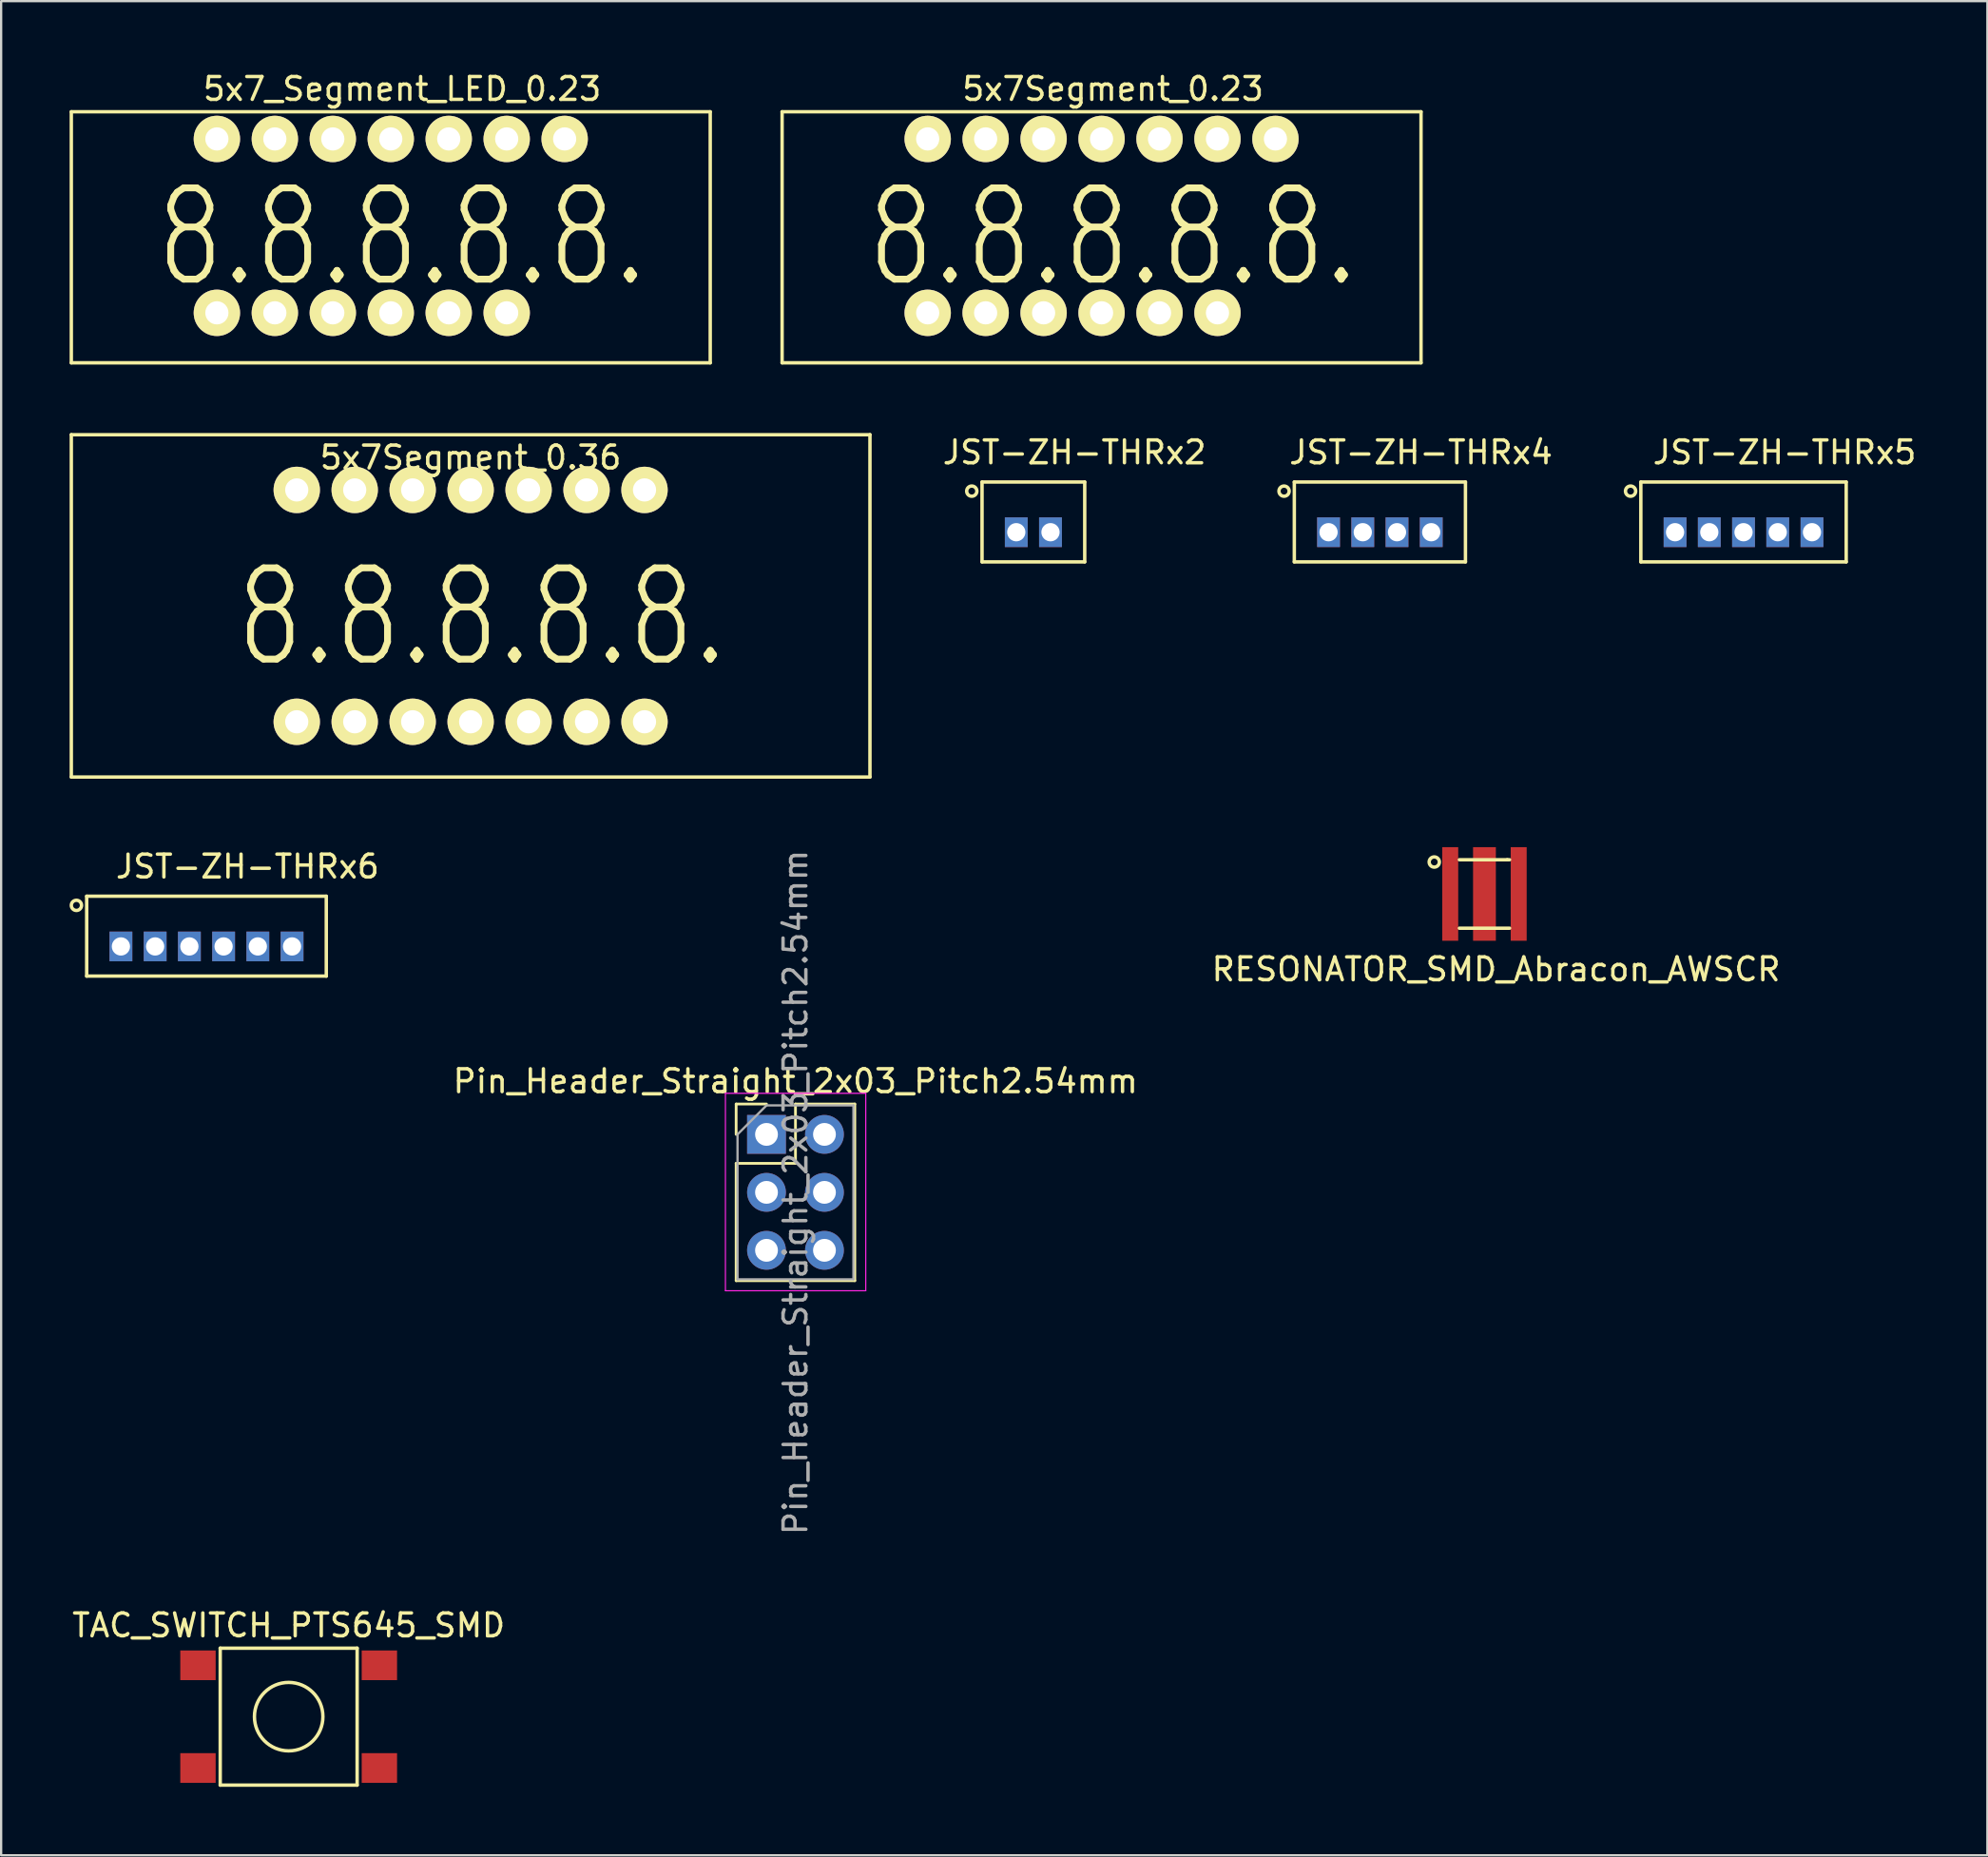
<source format=kicad_pcb>
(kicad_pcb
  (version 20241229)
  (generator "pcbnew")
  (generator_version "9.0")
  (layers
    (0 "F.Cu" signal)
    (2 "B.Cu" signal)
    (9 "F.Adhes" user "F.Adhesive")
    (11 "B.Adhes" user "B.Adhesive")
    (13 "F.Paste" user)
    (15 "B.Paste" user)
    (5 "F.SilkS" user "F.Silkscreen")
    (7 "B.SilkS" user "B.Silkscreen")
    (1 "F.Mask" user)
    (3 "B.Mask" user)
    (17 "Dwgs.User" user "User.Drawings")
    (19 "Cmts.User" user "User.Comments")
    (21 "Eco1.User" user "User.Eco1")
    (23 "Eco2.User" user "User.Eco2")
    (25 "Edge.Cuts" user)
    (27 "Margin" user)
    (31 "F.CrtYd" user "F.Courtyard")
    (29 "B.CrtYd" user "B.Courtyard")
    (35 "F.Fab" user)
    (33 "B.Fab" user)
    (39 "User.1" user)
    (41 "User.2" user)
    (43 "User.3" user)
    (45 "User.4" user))
  (footprint "JST-ZH-THRx5"
    (layer "F.Cu")
    (at 73.358 20.271)
    (property "Reference" "JST-ZH-THRx5" (at 1.8 -3.5 0) (layer "F.SilkS") (effects (font (size 1 1) (thickness 0.15))))
    (attr through_hole)
    (fp_line (start -4.5 -2.2) (end -4.5 1.3) (stroke (width 0.15) (type solid)) (layer "F.SilkS"))
    (fp_line (start -4.5 1.3) (end 4.5 1.3) (stroke (width 0.15) (type solid)) (layer "F.SilkS"))
    (fp_line (start 4.5 -2.2) (end -4.5 -2.2) (stroke (width 0.15) (type solid)) (layer "F.SilkS"))
    (fp_line (start 4.5 -2.2) (end 4.5 1.3) (stroke (width 0.15) (type solid)) (layer "F.SilkS"))
    (fp_circle (center -4.95 -1.8) (end -4.75 -1.7) (stroke (width 0.15) (type solid)) (fill no) (layer "F.SilkS"))
    (pad "1" thru_hole rect (at -3 0) (size 1 1.3) (drill 0.8) (layers "*.Cu" "*.Mask"))
    (pad "2" thru_hole rect (at -1.5 0) (size 1 1.3) (drill 0.8) (layers "*.Cu" "*.Mask"))
    (pad "3" thru_hole rect (at 0 0) (size 1 1.3) (drill 0.8) (layers "*.Cu" "*.Mask"))
    (pad "4" thru_hole rect (at 1.5 0) (size 1 1.3) (drill 0.8) (layers "*.Cu" "*.Mask"))
    (pad "5" thru_hole rect (at 3 0) (size 1 1.3) (drill 0.8) (layers "*.Cu" "*.Mask")))
  (footprint "5x7Segment_0.36"
    (layer "F.Cu")
    (at 17.575 23.498)
    (property "Reference" "5x7Segment_0.36" (at 0 -6.5 0) (layer "F.SilkS") (effects (font (size 1 1) (thickness 0.15))))
    (attr through_hole)
    (fp_line (start -17.5 -7.5) (end -17.5 7.5) (stroke (width 0.15) (type solid)) (layer "F.SilkS"))
    (fp_line (start -17.5 7.5) (end 17.5 7.5) (stroke (width 0.15) (type solid)) (layer "F.SilkS"))
    (fp_line (start 17.5 -7.5) (end -17.5 -7.5) (stroke (width 0.15) (type solid)) (layer "F.SilkS"))
    (fp_line (start 17.5 7.5) (end 17.5 -7.5) (stroke (width 0.15) (type solid)) (layer "F.SilkS"))
    (fp_text user "8.8.8.8.8." (at 0.5 0.5 0) (layer "F.SilkS") (effects (font (size 4 3) (thickness 0.3))))
    (pad "1" thru_hole oval (at -7.62 -5.08) (size 2.032 2.032) (drill 1.016) (layers "*.Cu" "*.Mask" "F.SilkS"))
    (pad "2" thru_hole oval (at -5.08 -5.08) (size 2.032 2.032) (drill 1.016) (layers "*.Cu" "*.Mask" "F.SilkS"))
    (pad "3" thru_hole oval (at -2.54 -5.08) (size 2.032 2.032) (drill 1.016) (layers "*.Cu" "*.Mask" "F.SilkS"))
    (pad "4" thru_hole oval (at 0 -5.08) (size 2.032 2.032) (drill 1.016) (layers "*.Cu" "*.Mask" "F.SilkS"))
    (pad "5" thru_hole oval (at 2.54 -5.08) (size 2.032 2.032) (drill 1.016) (layers "*.Cu" "*.Mask" "F.SilkS"))
    (pad "6" thru_hole oval (at 5.08 -5.08) (size 2.032 2.032) (drill 1.016) (layers "*.Cu" "*.Mask" "F.SilkS"))
    (pad "7" thru_hole oval (at 7.62 -5.08) (size 2.032 2.032) (drill 1.016) (layers "*.Cu" "*.Mask" "F.SilkS"))
    (pad "8" thru_hole oval (at -7.62 5.08) (size 2.032 2.032) (drill 1.016) (layers "*.Cu" "*.Mask" "F.SilkS"))
    (pad "9" thru_hole oval (at -5.08 5.08) (size 2.032 2.032) (drill 1.016) (layers "*.Cu" "*.Mask" "F.SilkS"))
    (pad "10" thru_hole oval (at -2.54 5.08) (size 2.032 2.032) (drill 1.016) (layers "*.Cu" "*.Mask" "F.SilkS"))
    (pad "11" thru_hole oval (at 0 5.08) (size 2.032 2.032) (drill 1.016) (layers "*.Cu" "*.Mask" "F.SilkS"))
    (pad "12" thru_hole oval (at 2.54 5.08) (size 2.032 2.032) (drill 1.016) (layers "*.Cu" "*.Mask" "F.SilkS"))
    (pad "13" thru_hole oval (at 5.08 5.08) (size 2.032 2.032) (drill 1.016) (layers "*.Cu" "*.Mask" "F.SilkS"))
    (pad "14" thru_hole oval (at 7.62 5.08) (size 2.032 2.032) (drill 1.016) (layers "*.Cu" "*.Mask" "F.SilkS")))
  (footprint "TAC_SWITCH_PTS645_SMD"
    (layer "F.Cu")
    (at 9.601 72.172)
    (property "Reference" "TAC_SWITCH_PTS645_SMD" (at 0 -4 0) (layer "F.SilkS") (effects (font (size 1 1) (thickness 0.15))))
    (attr through_hole)
    (fp_line (start -3 -3) (end 3 -3) (stroke (width 0.15) (type solid)) (layer "F.SilkS"))
    (fp_line (start -3 3) (end -3 -3) (stroke (width 0.15) (type solid)) (layer "F.SilkS"))
    (fp_line (start 3 -3) (end 3 3) (stroke (width 0.15) (type solid)) (layer "F.SilkS"))
    (fp_line (start 3 3) (end -3 3) (stroke (width 0.15) (type solid)) (layer "F.SilkS"))
    (fp_circle (center 0 0) (end 1.5 0) (stroke (width 0.15) (type solid)) (fill no) (layer "F.SilkS"))
    (pad "1" smd rect (at -3.975 -2.25) (size 1.55 1.3) (layers "F.Cu" "F.Mask" "F.Paste"))
    (pad "2" smd rect (at 3.975 -2.25) (size 1.55 1.3) (layers "F.Cu" "F.Mask" "F.Paste"))
    (pad "3" smd rect (at -3.975 2.25) (size 1.55 1.3) (layers "F.Cu" "F.Mask" "F.Paste"))
    (pad "4" smd rect (at 3.975 2.25) (size 1.55 1.3) (layers "F.Cu" "F.Mask" "F.Paste")))
  (footprint "JST-ZH-THRx6"
    (layer "F.Cu")
    (at 5.999 38.422)
    (property "Reference" "JST-ZH-THRx6" (at 1.8 -3.5 0) (layer "F.SilkS") (effects (font (size 1 1) (thickness 0.15))))
    (attr through_hole)
    (fp_line (start -5.25 -2.2) (end -5.25 1.3) (stroke (width 0.15) (type solid)) (layer "F.SilkS"))
    (fp_line (start -5.25 1.3) (end 5.25 1.3) (stroke (width 0.15) (type solid)) (layer "F.SilkS"))
    (fp_line (start 5.25 -2.2) (end -5.25 -2.2) (stroke (width 0.15) (type solid)) (layer "F.SilkS"))
    (fp_line (start 5.25 -2.2) (end 5.25 1.3) (stroke (width 0.15) (type solid)) (layer "F.SilkS"))
    (fp_circle (center -5.7 -1.8) (end -5.5 -1.7) (stroke (width 0.15) (type solid)) (fill no) (layer "F.SilkS"))
    (pad "1" thru_hole rect (at -3.75 0) (size 1 1.3) (drill 0.8) (layers "*.Cu" "*.Mask"))
    (pad "2" thru_hole rect (at -2.25 0) (size 1 1.3) (drill 0.8) (layers "*.Cu" "*.Mask"))
    (pad "3" thru_hole rect (at -0.75 0) (size 1 1.3) (drill 0.8) (layers "*.Cu" "*.Mask"))
    (pad "4" thru_hole rect (at 0.75 0) (size 1 1.3) (drill 0.8) (layers "*.Cu" "*.Mask"))
    (pad "5" thru_hole rect (at 2.25 0) (size 1 1.3) (drill 0.8) (layers "*.Cu" "*.Mask"))
    (pad "6" thru_hole rect (at 3.75 0) (size 1 1.3) (drill 0.8) (layers "*.Cu" "*.Mask")))
  (footprint "5x7Segment_0.23"
    (layer "F.Cu")
    (at 45.225 6.848)
    (property "Reference" "5x7Segment_0.23" (at 0.5 -6 0) (layer "F.SilkS") (effects (font (size 1 1) (thickness 0.15))))
    (attr through_hole)
    (fp_line (start -14 -5) (end -14 6) (stroke (width 0.15) (type solid)) (layer "F.SilkS"))
    (fp_line (start -14 6) (end 14 6) (stroke (width 0.15) (type solid)) (layer "F.SilkS"))
    (fp_line (start 14 -5) (end -14 -5) (stroke (width 0.15) (type solid)) (layer "F.SilkS"))
    (fp_line (start 14 6) (end 14 -5) (stroke (width 0.15) (type solid)) (layer "F.SilkS"))
    (fp_text user "8.8.8.8.8." (at 0.5 0.5 0) (layer "F.SilkS") (effects (font (size 4 3) (thickness 0.3))))
    (pad "1" thru_hole oval (at -7.62 -3.81) (size 2.032 2.032) (drill 1.016) (layers "*.Cu" "*.Mask" "F.SilkS"))
    (pad "2" thru_hole oval (at -5.08 -3.81) (size 2.032 2.032) (drill 1.016) (layers "*.Cu" "*.Mask" "F.SilkS"))
    (pad "3" thru_hole oval (at -2.54 -3.81) (size 2.032 2.032) (drill 1.016) (layers "*.Cu" "*.Mask" "F.SilkS"))
    (pad "4" thru_hole oval (at 0 -3.81) (size 2.032 2.032) (drill 1.016) (layers "*.Cu" "*.Mask" "F.SilkS"))
    (pad "5" thru_hole oval (at 2.54 -3.81) (size 2.032 2.032) (drill 1.016) (layers "*.Cu" "*.Mask" "F.SilkS"))
    (pad "6" thru_hole oval (at 5.08 -3.81) (size 2.032 2.032) (drill 1.016) (layers "*.Cu" "*.Mask" "F.SilkS"))
    (pad "7" thru_hole oval (at 7.62 -3.81) (size 2.032 2.032) (drill 1.016) (layers "*.Cu" "*.Mask" "F.SilkS"))
    (pad "8" thru_hole oval (at -7.62 3.81) (size 2.032 2.032) (drill 1.016) (layers "*.Cu" "*.Mask" "F.SilkS"))
    (pad "9" thru_hole oval (at -5.08 3.81) (size 2.032 2.032) (drill 1.016) (layers "*.Cu" "*.Mask" "F.SilkS"))
    (pad "10" thru_hole oval (at -2.54 3.81) (size 2.032 2.032) (drill 1.016) (layers "*.Cu" "*.Mask" "F.SilkS"))
    (pad "11" thru_hole oval (at 0 3.81) (size 2.032 2.032) (drill 1.016) (layers "*.Cu" "*.Mask" "F.SilkS"))
    (pad "12" thru_hole oval (at 2.54 3.81) (size 2.032 2.032) (drill 1.016) (layers "*.Cu" "*.Mask" "F.SilkS"))
    (pad "13" thru_hole oval (at 5.08 3.81) (size 2.032 2.032) (drill 1.016) (layers "*.Cu" "*.Mask" "F.SilkS")))
  (footprint "5x7_Segment_LED_0.23"
    (layer "F.Cu")
    (at 14.075 6.848)
    (property "Reference" "5x7_Segment_LED_0.23" (at 0.5 -6 0) (layer "F.SilkS") (effects (font (size 1 1) (thickness 0.15))))
    (attr through_hole)
    (fp_line (start -14 -5) (end -14 6) (stroke (width 0.15) (type solid)) (layer "F.SilkS"))
    (fp_line (start -14 6) (end 14 6) (stroke (width 0.15) (type solid)) (layer "F.SilkS"))
    (fp_line (start 14 -5) (end -14 -5) (stroke (width 0.15) (type solid)) (layer "F.SilkS"))
    (fp_line (start 14 6) (end 14 -5) (stroke (width 0.15) (type solid)) (layer "F.SilkS"))
    (fp_text user "8.8.8.8.8." (at 0.5 0.5 0) (layer "F.SilkS") (effects (font (size 4 3) (thickness 0.3))))
    (pad "1" thru_hole oval (at -7.62 -3.81) (size 2.032 2.032) (drill 1.016) (layers "*.Cu" "*.Mask" "F.SilkS"))
    (pad "2" thru_hole oval (at -5.08 -3.81) (size 2.032 2.032) (drill 1.016) (layers "*.Cu" "*.Mask" "F.SilkS"))
    (pad "3" thru_hole oval (at -2.54 -3.81) (size 2.032 2.032) (drill 1.016) (layers "*.Cu" "*.Mask" "F.SilkS"))
    (pad "4" thru_hole oval (at 0 -3.81) (size 2.032 2.032) (drill 1.016) (layers "*.Cu" "*.Mask" "F.SilkS"))
    (pad "5" thru_hole oval (at 2.54 -3.81) (size 2.032 2.032) (drill 1.016) (layers "*.Cu" "*.Mask" "F.SilkS"))
    (pad "6" thru_hole oval (at 5.08 -3.81) (size 2.032 2.032) (drill 1.016) (layers "*.Cu" "*.Mask" "F.SilkS"))
    (pad "7" thru_hole oval (at 7.62 -3.81) (size 2.032 2.032) (drill 1.016) (layers "*.Cu" "*.Mask" "F.SilkS"))
    (pad "8" thru_hole oval (at -7.62 3.81) (size 2.032 2.032) (drill 1.016) (layers "*.Cu" "*.Mask" "F.SilkS"))
    (pad "9" thru_hole oval (at -5.08 3.81) (size 2.032 2.032) (drill 1.016) (layers "*.Cu" "*.Mask" "F.SilkS"))
    (pad "10" thru_hole oval (at -2.54 3.81) (size 2.032 2.032) (drill 1.016) (layers "*.Cu" "*.Mask" "F.SilkS"))
    (pad "11" thru_hole oval (at 0 3.81) (size 2.032 2.032) (drill 1.016) (layers "*.Cu" "*.Mask" "F.SilkS"))
    (pad "12" thru_hole oval (at 2.54 3.81) (size 2.032 2.032) (drill 1.016) (layers "*.Cu" "*.Mask" "F.SilkS"))
    (pad "13" thru_hole oval (at 5.08 3.81) (size 2.032 2.032) (drill 1.016) (layers "*.Cu" "*.Mask" "F.SilkS")))
  (footprint "Pin_Header_Straight_2x03_Pitch2.54mm"
    (layer "F.Cu")
    (at 30.541 46.658)
    (property "Reference" "Pin_Header_Straight_2x03_Pitch2.54mm" (at 1.27 -2.33 0) (layer "F.SilkS") (effects (font (size 1 1) (thickness 0.15))))
    (attr through_hole)
    (fp_line (start -1.33 -1.33) (end 0 -1.33) (stroke (width 0.12) (type solid)) (layer "F.SilkS"))
    (fp_line (start -1.33 0) (end -1.33 -1.33) (stroke (width 0.12) (type solid)) (layer "F.SilkS"))
    (fp_line (start -1.33 1.27) (end -1.33 6.41) (stroke (width 0.12) (type solid)) (layer "F.SilkS"))
    (fp_line (start -1.33 1.27) (end 1.27 1.27) (stroke (width 0.12) (type solid)) (layer "F.SilkS"))
    (fp_line (start -1.33 6.41) (end 3.87 6.41) (stroke (width 0.12) (type solid)) (layer "F.SilkS"))
    (fp_line (start 1.27 -1.33) (end 3.87 -1.33) (stroke (width 0.12) (type solid)) (layer "F.SilkS"))
    (fp_line (start 1.27 1.27) (end 1.27 -1.33) (stroke (width 0.12) (type solid)) (layer "F.SilkS"))
    (fp_line (start 3.87 -1.33) (end 3.87 6.41) (stroke (width 0.12) (type solid)) (layer "F.SilkS"))
    (fp_line (start -1.8 -1.8) (end -1.8 6.85) (stroke (width 0.05) (type solid)) (layer "F.CrtYd"))
    (fp_line (start -1.8 6.85) (end 4.35 6.85) (stroke (width 0.05) (type solid)) (layer "F.CrtYd"))
    (fp_line (start 4.35 -1.8) (end -1.8 -1.8) (stroke (width 0.05) (type solid)) (layer "F.CrtYd"))
    (fp_line (start 4.35 6.85) (end 4.35 -1.8) (stroke (width 0.05) (type solid)) (layer "F.CrtYd"))
    (fp_line (start -1.27 0) (end 0 -1.27) (stroke (width 0.1) (type solid)) (layer "F.Fab"))
    (fp_line (start -1.27 6.35) (end -1.27 0) (stroke (width 0.1) (type solid)) (layer "F.Fab"))
    (fp_line (start 0 -1.27) (end 3.81 -1.27) (stroke (width 0.1) (type solid)) (layer "F.Fab"))
    (fp_line (start 3.81 -1.27) (end 3.81 6.35) (stroke (width 0.1) (type solid)) (layer "F.Fab"))
    (fp_line (start 3.81 6.35) (end -1.27 6.35) (stroke (width 0.1) (type solid)) (layer "F.Fab"))
    (fp_text user "${REFERENCE}" (at 1.27 2.54 90) (layer "F.Fab") (effects (font (size 1 1) (thickness 0.15))))
    (pad "1" thru_hole rect (at 0 0) (size 1.7 1.7) (drill 1) (layers "*.Cu" "*.Mask"))
    (pad "2" thru_hole oval (at 2.54 0) (size 1.7 1.7) (drill 1) (layers "*.Cu" "*.Mask"))
    (pad "3" thru_hole oval (at 0 2.54) (size 1.7 1.7) (drill 1) (layers "*.Cu" "*.Mask"))
    (pad "4" thru_hole oval (at 2.54 2.54) (size 1.7 1.7) (drill 1) (layers "*.Cu" "*.Mask"))
    (pad "5" thru_hole oval (at 0 5.08) (size 1.7 1.7) (drill 1) (layers "*.Cu" "*.Mask"))
    (pad "6" thru_hole oval (at 2.54 5.08) (size 1.7 1.7) (drill 1) (layers "*.Cu" "*.Mask")))
  (footprint "JST-ZH-THRx4"
    (layer "F.Cu")
    (at 57.422 20.271)
    (property "Reference" "JST-ZH-THRx4" (at 1.8 -3.5 0) (layer "F.SilkS") (effects (font (size 1 1) (thickness 0.15))))
    (attr through_hole)
    (fp_line (start -3.75 -2.2) (end -3.75 1.3) (stroke (width 0.15) (type solid)) (layer "F.SilkS"))
    (fp_line (start -3.75 1.3) (end 3.75 1.3) (stroke (width 0.15) (type solid)) (layer "F.SilkS"))
    (fp_line (start 3.75 -2.2) (end -3.75 -2.2) (stroke (width 0.15) (type solid)) (layer "F.SilkS"))
    (fp_line (start 3.75 -2.2) (end 3.75 1.3) (stroke (width 0.15) (type solid)) (layer "F.SilkS"))
    (fp_circle (center -4.2 -1.8) (end -4 -1.7) (stroke (width 0.15) (type solid)) (fill no) (layer "F.SilkS"))
    (pad "1" thru_hole rect (at -2.25 0) (size 1 1.3) (drill 0.8) (layers "*.Cu" "*.Mask"))
    (pad "2" thru_hole rect (at -0.75 0) (size 1 1.3) (drill 0.8) (layers "*.Cu" "*.Mask"))
    (pad "3" thru_hole rect (at 0.75 0) (size 1 1.3) (drill 0.8) (layers "*.Cu" "*.Mask"))
    (pad "4" thru_hole rect (at 2.25 0) (size 1 1.3) (drill 0.8) (layers "*.Cu" "*.Mask")))
  (footprint "JST-ZH-THRx2"
    (layer "F.Cu")
    (at 42.237 20.271)
    (property "Reference" "JST-ZH-THRx2" (at 1.8 -3.5 0) (layer "F.SilkS") (effects (font (size 1 1) (thickness 0.15))))
    (attr through_hole)
    (fp_line (start -2.25 -2.2) (end -2.25 1.3) (stroke (width 0.15) (type solid)) (layer "F.SilkS"))
    (fp_line (start -2.25 1.3) (end 2.25 1.3) (stroke (width 0.15) (type solid)) (layer "F.SilkS"))
    (fp_line (start 2.25 -2.2) (end -2.25 -2.2) (stroke (width 0.15) (type solid)) (layer "F.SilkS"))
    (fp_line (start 2.25 -2.2) (end 2.25 1.3) (stroke (width 0.15) (type solid)) (layer "F.SilkS"))
    (fp_circle (center -2.7 -1.8) (end -2.5 -1.7) (stroke (width 0.15) (type solid)) (fill no) (layer "F.SilkS"))
    (pad "1" thru_hole rect (at -0.75 0) (size 1 1.3) (drill 0.8) (layers "*.Cu" "*.Mask"))
    (pad "2" thru_hole rect (at 0.75 0) (size 1 1.3) (drill 0.8) (layers "*.Cu" "*.Mask")))
  (footprint "RESONATOR_SMD_Abracon_AWSCR"
    (layer "F.Cu")
    (at 62.005 36.123)
    (property "Reference" "RESONATOR_SMD_Abracon_AWSCR" (at 0.508 3.302 0) (layer "F.SilkS") (effects (font (size 1 1) (thickness 0.15))))
    (attr through_hole)
    (fp_line (start -1.1 -1.5) (end 1 -1.5) (stroke (width 0.15) (type solid)) (layer "F.SilkS"))
    (fp_line (start -1.1 1.5) (end 1.1 1.5) (stroke (width 0.15) (type solid)) (layer "F.SilkS"))
    (fp_line (start 1 -1.5) (end 1.1 -1.5) (stroke (width 0.15) (type solid)) (layer "F.SilkS"))
    (fp_circle (center -2.2 -1.4) (end -2.1 -1.6) (stroke (width 0.15) (type solid)) (fill no) (layer "F.SilkS"))
    (pad "1" smd rect (at -1.5 0) (size 0.7 4.1) (layers "F.Cu" "F.Mask" "F.Paste"))
    (pad "2" smd rect (at 1.5 0) (size 0.7 4.1) (layers "F.Cu" "F.Mask" "F.Paste"))
    (pad "3" smd rect (at 0 0) (size 1 4.1) (layers "F.Cu" "F.Mask" "F.Paste")))
  (gr_rect
    (start -3 -3)
    (end 84.045 78.247)
    (stroke (width 0.1) (type default))
    (fill no)
    (layer "Edge.Cuts")))
</source>
